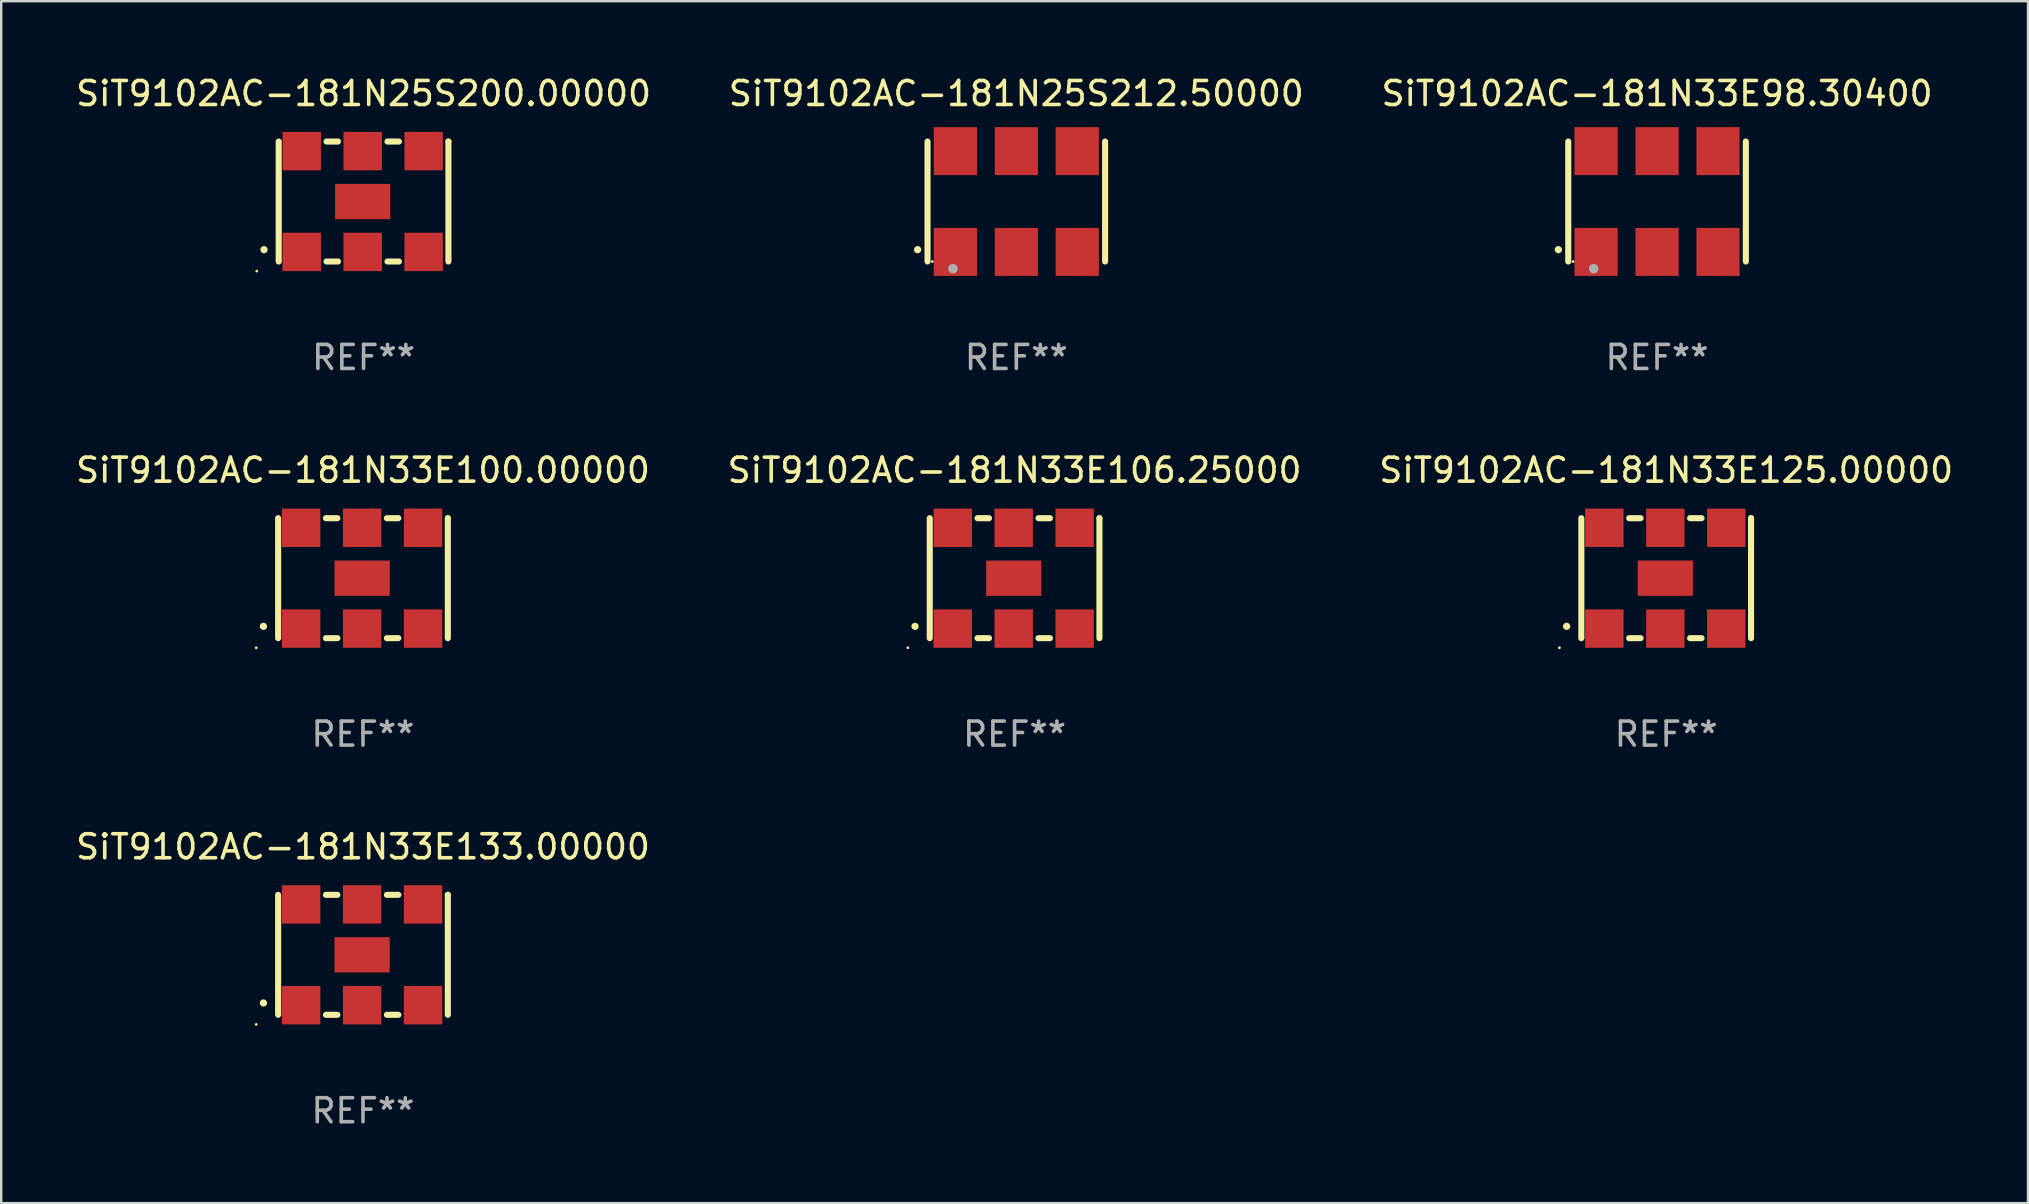
<source format=kicad_pcb>
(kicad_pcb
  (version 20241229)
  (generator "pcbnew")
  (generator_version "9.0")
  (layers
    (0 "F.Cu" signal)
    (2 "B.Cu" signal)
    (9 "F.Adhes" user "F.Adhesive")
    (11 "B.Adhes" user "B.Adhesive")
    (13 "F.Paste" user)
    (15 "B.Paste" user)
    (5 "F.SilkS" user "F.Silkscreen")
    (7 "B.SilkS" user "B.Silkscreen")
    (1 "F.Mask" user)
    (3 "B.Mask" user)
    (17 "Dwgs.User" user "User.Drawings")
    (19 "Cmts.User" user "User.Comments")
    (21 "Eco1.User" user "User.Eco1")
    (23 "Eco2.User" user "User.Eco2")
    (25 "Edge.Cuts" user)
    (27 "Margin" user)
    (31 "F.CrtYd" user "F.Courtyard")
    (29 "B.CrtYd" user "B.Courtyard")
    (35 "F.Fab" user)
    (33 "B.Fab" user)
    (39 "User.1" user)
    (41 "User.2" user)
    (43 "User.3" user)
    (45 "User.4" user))
  (footprint "SiT9102AC-181N33E106.25000"
    (layer "F.Cu")
    (at 39.232 21.045)
    (property "Reference" "SiT9102AC-181N33E106.25000" (at 0 -4.5 0) (layer "F.SilkS") (effects (font (size 1 1) (thickness 0.15))))
    (attr through_hole)
    (fp_line (start -3.536 -2.5) (end -3.536 2.5) (stroke (width 0.254) (type solid)) (layer "F.SilkS"))
    (fp_line (start -1.544 2.5) (end -1.067 2.5) (stroke (width 0.254) (type solid)) (layer "F.SilkS"))
    (fp_line (start -1.067 -2.5) (end -1.544 -2.5) (stroke (width 0.254) (type solid)) (layer "F.SilkS"))
    (fp_line (start 0.996 2.5) (end 1.473 2.5) (stroke (width 0.254) (type solid)) (layer "F.SilkS"))
    (fp_line (start 1.473 -2.5) (end 0.996 -2.5) (stroke (width 0.254) (type solid)) (layer "F.SilkS"))
    (fp_line (start 3.536 -2.5) (end 3.536 -2.5) (stroke (width 0.254) (type solid)) (layer "F.SilkS"))
    (fp_line (start 3.536 2.5) (end 3.536 -2.5) (stroke (width 0.254) (type solid)) (layer "F.SilkS"))
    (fp_arc (start -4.150432 2.006604) (mid -4.149162 2.006599) (end -4.147892 2.006604) (stroke (width 0.3) (type solid)) (layer "F.SilkS"))
    (fp_circle (center -4.449 2.9) (end -4.419 2.9) (stroke (width 0.06) (type solid)) (fill no) (layer "F.SilkS"))
    (fp_text user "REF**" (at 0 6.5 0) (layer "F.Fab") (effects (font (size 1 1) (thickness 0.15))))
    (pad "1" smd rect (at -2.576 2.1) (size 1.6 1.6) (layers "F.Cu" "F.Mask" "F.Paste"))
    (pad "2" smd rect (at -0.036 2.1) (size 1.6 1.6) (layers "F.Cu" "F.Mask" "F.Paste"))
    (pad "3" smd rect (at 2.504 2.1) (size 1.6 1.6) (layers "F.Cu" "F.Mask" "F.Paste"))
    (pad "4" smd rect (at 2.504 -2.1) (size 1.6 1.6) (layers "F.Cu" "F.Mask" "F.Paste"))
    (pad "5" smd rect (at -0.036 -2.1) (size 1.6 1.6) (layers "F.Cu" "F.Mask" "F.Paste"))
    (pad "6" smd rect (at -2.576 -2.1) (size 1.6 1.6) (layers "F.Cu" "F.Mask" "F.Paste"))
    (pad "7" smd rect (at -0.036 0) (size 2.3 1.47) (layers "F.Cu" "F.Mask" "F.Paste")))
  (footprint "SiT9102AC-181N33E133.00000"
    (layer "F.Cu")
    (at 12.077 36.741)
    (property "Reference" "SiT9102AC-181N33E133.00000" (at 0 -4.5 0) (layer "F.SilkS") (effects (font (size 1 1) (thickness 0.15))))
    (attr through_hole)
    (fp_line (start -3.536 -2.5) (end -3.536 2.5) (stroke (width 0.254) (type solid)) (layer "F.SilkS"))
    (fp_line (start -1.544 2.5) (end -1.067 2.5) (stroke (width 0.254) (type solid)) (layer "F.SilkS"))
    (fp_line (start -1.067 -2.5) (end -1.544 -2.5) (stroke (width 0.254) (type solid)) (layer "F.SilkS"))
    (fp_line (start 0.996 2.5) (end 1.473 2.5) (stroke (width 0.254) (type solid)) (layer "F.SilkS"))
    (fp_line (start 1.473 -2.5) (end 0.996 -2.5) (stroke (width 0.254) (type solid)) (layer "F.SilkS"))
    (fp_line (start 3.536 -2.5) (end 3.536 -2.5) (stroke (width 0.254) (type solid)) (layer "F.SilkS"))
    (fp_line (start 3.536 2.5) (end 3.536 -2.5) (stroke (width 0.254) (type solid)) (layer "F.SilkS"))
    (fp_arc (start -4.150432 2.006604) (mid -4.149162 2.006599) (end -4.147892 2.006604) (stroke (width 0.3) (type solid)) (layer "F.SilkS"))
    (fp_circle (center -4.449 2.9) (end -4.419 2.9) (stroke (width 0.06) (type solid)) (fill no) (layer "F.SilkS"))
    (fp_text user "REF**" (at 0 6.5 0) (layer "F.Fab") (effects (font (size 1 1) (thickness 0.15))))
    (pad "1" smd rect (at -2.576 2.1) (size 1.6 1.6) (layers "F.Cu" "F.Mask" "F.Paste"))
    (pad "2" smd rect (at -0.036 2.1) (size 1.6 1.6) (layers "F.Cu" "F.Mask" "F.Paste"))
    (pad "3" smd rect (at 2.504 2.1) (size 1.6 1.6) (layers "F.Cu" "F.Mask" "F.Paste"))
    (pad "4" smd rect (at 2.504 -2.1) (size 1.6 1.6) (layers "F.Cu" "F.Mask" "F.Paste"))
    (pad "5" smd rect (at -0.036 -2.1) (size 1.6 1.6) (layers "F.Cu" "F.Mask" "F.Paste"))
    (pad "6" smd rect (at -2.576 -2.1) (size 1.6 1.6) (layers "F.Cu" "F.Mask" "F.Paste"))
    (pad "7" smd rect (at -0.036 0) (size 2.3 1.47) (layers "F.Cu" "F.Mask" "F.Paste")))
  (footprint "SiT9102AC-181N33E100.00000"
    (layer "F.Cu")
    (at 12.077 21.045)
    (property "Reference" "SiT9102AC-181N33E100.00000" (at 0 -4.5 0) (layer "F.SilkS") (effects (font (size 1 1) (thickness 0.15))))
    (attr through_hole)
    (fp_line (start -3.536 -2.5) (end -3.536 2.5) (stroke (width 0.254) (type solid)) (layer "F.SilkS"))
    (fp_line (start -1.544 2.5) (end -1.067 2.5) (stroke (width 0.254) (type solid)) (layer "F.SilkS"))
    (fp_line (start -1.067 -2.5) (end -1.544 -2.5) (stroke (width 0.254) (type solid)) (layer "F.SilkS"))
    (fp_line (start 0.996 2.5) (end 1.473 2.5) (stroke (width 0.254) (type solid)) (layer "F.SilkS"))
    (fp_line (start 1.473 -2.5) (end 0.996 -2.5) (stroke (width 0.254) (type solid)) (layer "F.SilkS"))
    (fp_line (start 3.536 -2.5) (end 3.536 -2.5) (stroke (width 0.254) (type solid)) (layer "F.SilkS"))
    (fp_line (start 3.536 2.5) (end 3.536 -2.5) (stroke (width 0.254) (type solid)) (layer "F.SilkS"))
    (fp_arc (start -4.150432 2.006604) (mid -4.149162 2.006599) (end -4.147892 2.006604) (stroke (width 0.3) (type solid)) (layer "F.SilkS"))
    (fp_circle (center -4.449 2.9) (end -4.419 2.9) (stroke (width 0.06) (type solid)) (fill no) (layer "F.SilkS"))
    (fp_text user "REF**" (at 0 6.5 0) (layer "F.Fab") (effects (font (size 1 1) (thickness 0.15))))
    (pad "1" smd rect (at -2.576 2.1) (size 1.6 1.6) (layers "F.Cu" "F.Mask" "F.Paste"))
    (pad "2" smd rect (at -0.036 2.1) (size 1.6 1.6) (layers "F.Cu" "F.Mask" "F.Paste"))
    (pad "3" smd rect (at 2.504 2.1) (size 1.6 1.6) (layers "F.Cu" "F.Mask" "F.Paste"))
    (pad "4" smd rect (at 2.504 -2.1) (size 1.6 1.6) (layers "F.Cu" "F.Mask" "F.Paste"))
    (pad "5" smd rect (at -0.036 -2.1) (size 1.6 1.6) (layers "F.Cu" "F.Mask" "F.Paste"))
    (pad "6" smd rect (at -2.576 -2.1) (size 1.6 1.6) (layers "F.Cu" "F.Mask" "F.Paste"))
    (pad "7" smd rect (at -0.036 0) (size 2.3 1.47) (layers "F.Cu" "F.Mask" "F.Paste")))
  (footprint "SiT9102AC-181N33E98.30400"
    (layer "F.Cu")
    (at 66.006 5.348)
    (property "Reference" "SiT9102AC-181N33E98.30400" (at 0 -4.5 0) (layer "F.SilkS") (effects (font (size 1 1) (thickness 0.15))))
    (attr through_hole)
    (fp_line (start -3.7 -2.5) (end -3.7 2.5) (stroke (width 0.254) (type solid)) (layer "F.SilkS"))
    (fp_line (start 3.7 -2.5) (end 3.7 2.5) (stroke (width 0.254) (type solid)) (layer "F.SilkS"))
    (fp_arc (start -4.114415 2.006604) (mid -4.113145 2.006599) (end -4.111875 2.006604) (stroke (width 0.3) (type solid)) (layer "F.SilkS"))
    (fp_circle (center -3.5 2.501) (end -3.47 2.501) (stroke (width 0.06) (type solid)) (fill no) (layer "F.SilkS"))
    (fp_circle (center -2.641 2.799) (end -2.541 2.799) (stroke (width 0.2) (type solid)) (fill no) (layer "F.Fab"))
    (fp_text user "REF**" (at 0 6.5 0) (layer "F.Fab") (effects (font (size 1 1) (thickness 0.15))))
    (pad "1" smd rect (at -2.54 2.1) (size 1.8 2) (layers "F.Cu" "F.Mask" "F.Paste"))
    (pad "2" smd rect (at 0.000394 2.1) (size 1.8 2) (layers "F.Cu" "F.Mask" "F.Paste"))
    (pad "3" smd rect (at 2.54 2.1) (size 1.8 2) (layers "F.Cu" "F.Mask" "F.Paste"))
    (pad "4" smd rect (at 2.54 -2.1) (size 1.8 2) (layers "F.Cu" "F.Mask" "F.Paste"))
    (pad "5" smd rect (at 0.000394 -2.1) (size 1.8 2) (layers "F.Cu" "F.Mask" "F.Paste"))
    (pad "6" smd rect (at -2.54 -2.1) (size 1.8 2) (layers "F.Cu" "F.Mask" "F.Paste")))
  (footprint "SiT9102AC-181N25S200.00000"
    (layer "F.Cu")
    (at 12.101 5.348)
    (property "Reference" "SiT9102AC-181N25S200.00000" (at 0 -4.5 0) (layer "F.SilkS") (effects (font (size 1 1) (thickness 0.15))))
    (attr through_hole)
    (fp_line (start -3.536 -2.5) (end -3.536 2.5) (stroke (width 0.254) (type solid)) (layer "F.SilkS"))
    (fp_line (start -1.544 2.5) (end -1.067 2.5) (stroke (width 0.254) (type solid)) (layer "F.SilkS"))
    (fp_line (start -1.067 -2.5) (end -1.544 -2.5) (stroke (width 0.254) (type solid)) (layer "F.SilkS"))
    (fp_line (start 0.996 2.5) (end 1.473 2.5) (stroke (width 0.254) (type solid)) (layer "F.SilkS"))
    (fp_line (start 1.473 -2.5) (end 0.996 -2.5) (stroke (width 0.254) (type solid)) (layer "F.SilkS"))
    (fp_line (start 3.536 -2.5) (end 3.536 -2.5) (stroke (width 0.254) (type solid)) (layer "F.SilkS"))
    (fp_line (start 3.536 2.5) (end 3.536 -2.5) (stroke (width 0.254) (type solid)) (layer "F.SilkS"))
    (fp_arc (start -4.150432 2.006604) (mid -4.149162 2.006599) (end -4.147892 2.006604) (stroke (width 0.3) (type solid)) (layer "F.SilkS"))
    (fp_circle (center -4.449 2.9) (end -4.419 2.9) (stroke (width 0.06) (type solid)) (fill no) (layer "F.SilkS"))
    (fp_text user "REF**" (at 0 6.5 0) (layer "F.Fab") (effects (font (size 1 1) (thickness 0.15))))
    (pad "1" smd rect (at -2.576 2.1) (size 1.6 1.6) (layers "F.Cu" "F.Mask" "F.Paste"))
    (pad "2" smd rect (at -0.036 2.1) (size 1.6 1.6) (layers "F.Cu" "F.Mask" "F.Paste"))
    (pad "3" smd rect (at 2.504 2.1) (size 1.6 1.6) (layers "F.Cu" "F.Mask" "F.Paste"))
    (pad "4" smd rect (at 2.504 -2.1) (size 1.6 1.6) (layers "F.Cu" "F.Mask" "F.Paste"))
    (pad "5" smd rect (at -0.036 -2.1) (size 1.6 1.6) (layers "F.Cu" "F.Mask" "F.Paste"))
    (pad "6" smd rect (at -2.576 -2.1) (size 1.6 1.6) (layers "F.Cu" "F.Mask" "F.Paste"))
    (pad "7" smd rect (at -0.036 0) (size 2.3 1.47) (layers "F.Cu" "F.Mask" "F.Paste")))
  (footprint "SiT9102AC-181N33E125.00000"
    (layer "F.Cu")
    (at 66.387 21.045)
    (property "Reference" "SiT9102AC-181N33E125.00000" (at 0 -4.5 0) (layer "F.SilkS") (effects (font (size 1 1) (thickness 0.15))))
    (attr through_hole)
    (fp_line (start -3.536 -2.5) (end -3.536 2.5) (stroke (width 0.254) (type solid)) (layer "F.SilkS"))
    (fp_line (start -1.544 2.5) (end -1.067 2.5) (stroke (width 0.254) (type solid)) (layer "F.SilkS"))
    (fp_line (start -1.067 -2.5) (end -1.544 -2.5) (stroke (width 0.254) (type solid)) (layer "F.SilkS"))
    (fp_line (start 0.996 2.5) (end 1.473 2.5) (stroke (width 0.254) (type solid)) (layer "F.SilkS"))
    (fp_line (start 1.473 -2.5) (end 0.996 -2.5) (stroke (width 0.254) (type solid)) (layer "F.SilkS"))
    (fp_line (start 3.536 -2.5) (end 3.536 -2.5) (stroke (width 0.254) (type solid)) (layer "F.SilkS"))
    (fp_line (start 3.536 2.5) (end 3.536 -2.5) (stroke (width 0.254) (type solid)) (layer "F.SilkS"))
    (fp_arc (start -4.150432 2.006604) (mid -4.149162 2.006599) (end -4.147892 2.006604) (stroke (width 0.3) (type solid)) (layer "F.SilkS"))
    (fp_circle (center -4.449 2.9) (end -4.419 2.9) (stroke (width 0.06) (type solid)) (fill no) (layer "F.SilkS"))
    (fp_text user "REF**" (at 0 6.5 0) (layer "F.Fab") (effects (font (size 1 1) (thickness 0.15))))
    (pad "1" smd rect (at -2.576 2.1) (size 1.6 1.6) (layers "F.Cu" "F.Mask" "F.Paste"))
    (pad "2" smd rect (at -0.036 2.1) (size 1.6 1.6) (layers "F.Cu" "F.Mask" "F.Paste"))
    (pad "3" smd rect (at 2.504 2.1) (size 1.6 1.6) (layers "F.Cu" "F.Mask" "F.Paste"))
    (pad "4" smd rect (at 2.504 -2.1) (size 1.6 1.6) (layers "F.Cu" "F.Mask" "F.Paste"))
    (pad "5" smd rect (at -0.036 -2.1) (size 1.6 1.6) (layers "F.Cu" "F.Mask" "F.Paste"))
    (pad "6" smd rect (at -2.576 -2.1) (size 1.6 1.6) (layers "F.Cu" "F.Mask" "F.Paste"))
    (pad "7" smd rect (at -0.036 0) (size 2.3 1.47) (layers "F.Cu" "F.Mask" "F.Paste")))
  (footprint "SiT9102AC-181N25S212.50000"
    (layer "F.Cu")
    (at 39.304 5.348)
    (property "Reference" "SiT9102AC-181N25S212.50000" (at 0 -4.5 0) (layer "F.SilkS") (effects (font (size 1 1) (thickness 0.15))))
    (attr through_hole)
    (fp_line (start -3.7 -2.5) (end -3.7 2.5) (stroke (width 0.254) (type solid)) (layer "F.SilkS"))
    (fp_line (start 3.7 -2.5) (end 3.7 2.5) (stroke (width 0.254) (type solid)) (layer "F.SilkS"))
    (fp_arc (start -4.114415 2.006604) (mid -4.113145 2.006599) (end -4.111875 2.006604) (stroke (width 0.3) (type solid)) (layer "F.SilkS"))
    (fp_circle (center -3.5 2.501) (end -3.47 2.501) (stroke (width 0.06) (type solid)) (fill no) (layer "F.SilkS"))
    (fp_circle (center -2.641 2.799) (end -2.541 2.799) (stroke (width 0.2) (type solid)) (fill no) (layer "F.Fab"))
    (fp_text user "REF**" (at 0 6.5 0) (layer "F.Fab") (effects (font (size 1 1) (thickness 0.15))))
    (pad "1" smd rect (at -2.54 2.1) (size 1.8 2) (layers "F.Cu" "F.Mask" "F.Paste"))
    (pad "2" smd rect (at 0.000394 2.1) (size 1.8 2) (layers "F.Cu" "F.Mask" "F.Paste"))
    (pad "3" smd rect (at 2.54 2.1) (size 1.8 2) (layers "F.Cu" "F.Mask" "F.Paste"))
    (pad "4" smd rect (at 2.54 -2.1) (size 1.8 2) (layers "F.Cu" "F.Mask" "F.Paste"))
    (pad "5" smd rect (at 0.000394 -2.1) (size 1.8 2) (layers "F.Cu" "F.Mask" "F.Paste"))
    (pad "6" smd rect (at -2.54 -2.1) (size 1.8 2) (layers "F.Cu" "F.Mask" "F.Paste")))
  (gr_rect
    (start -3 -3)
    (end 81.464 47.09)
    (stroke (width 0.1) (type default))
    (fill no)
    (layer "Edge.Cuts")))
</source>
